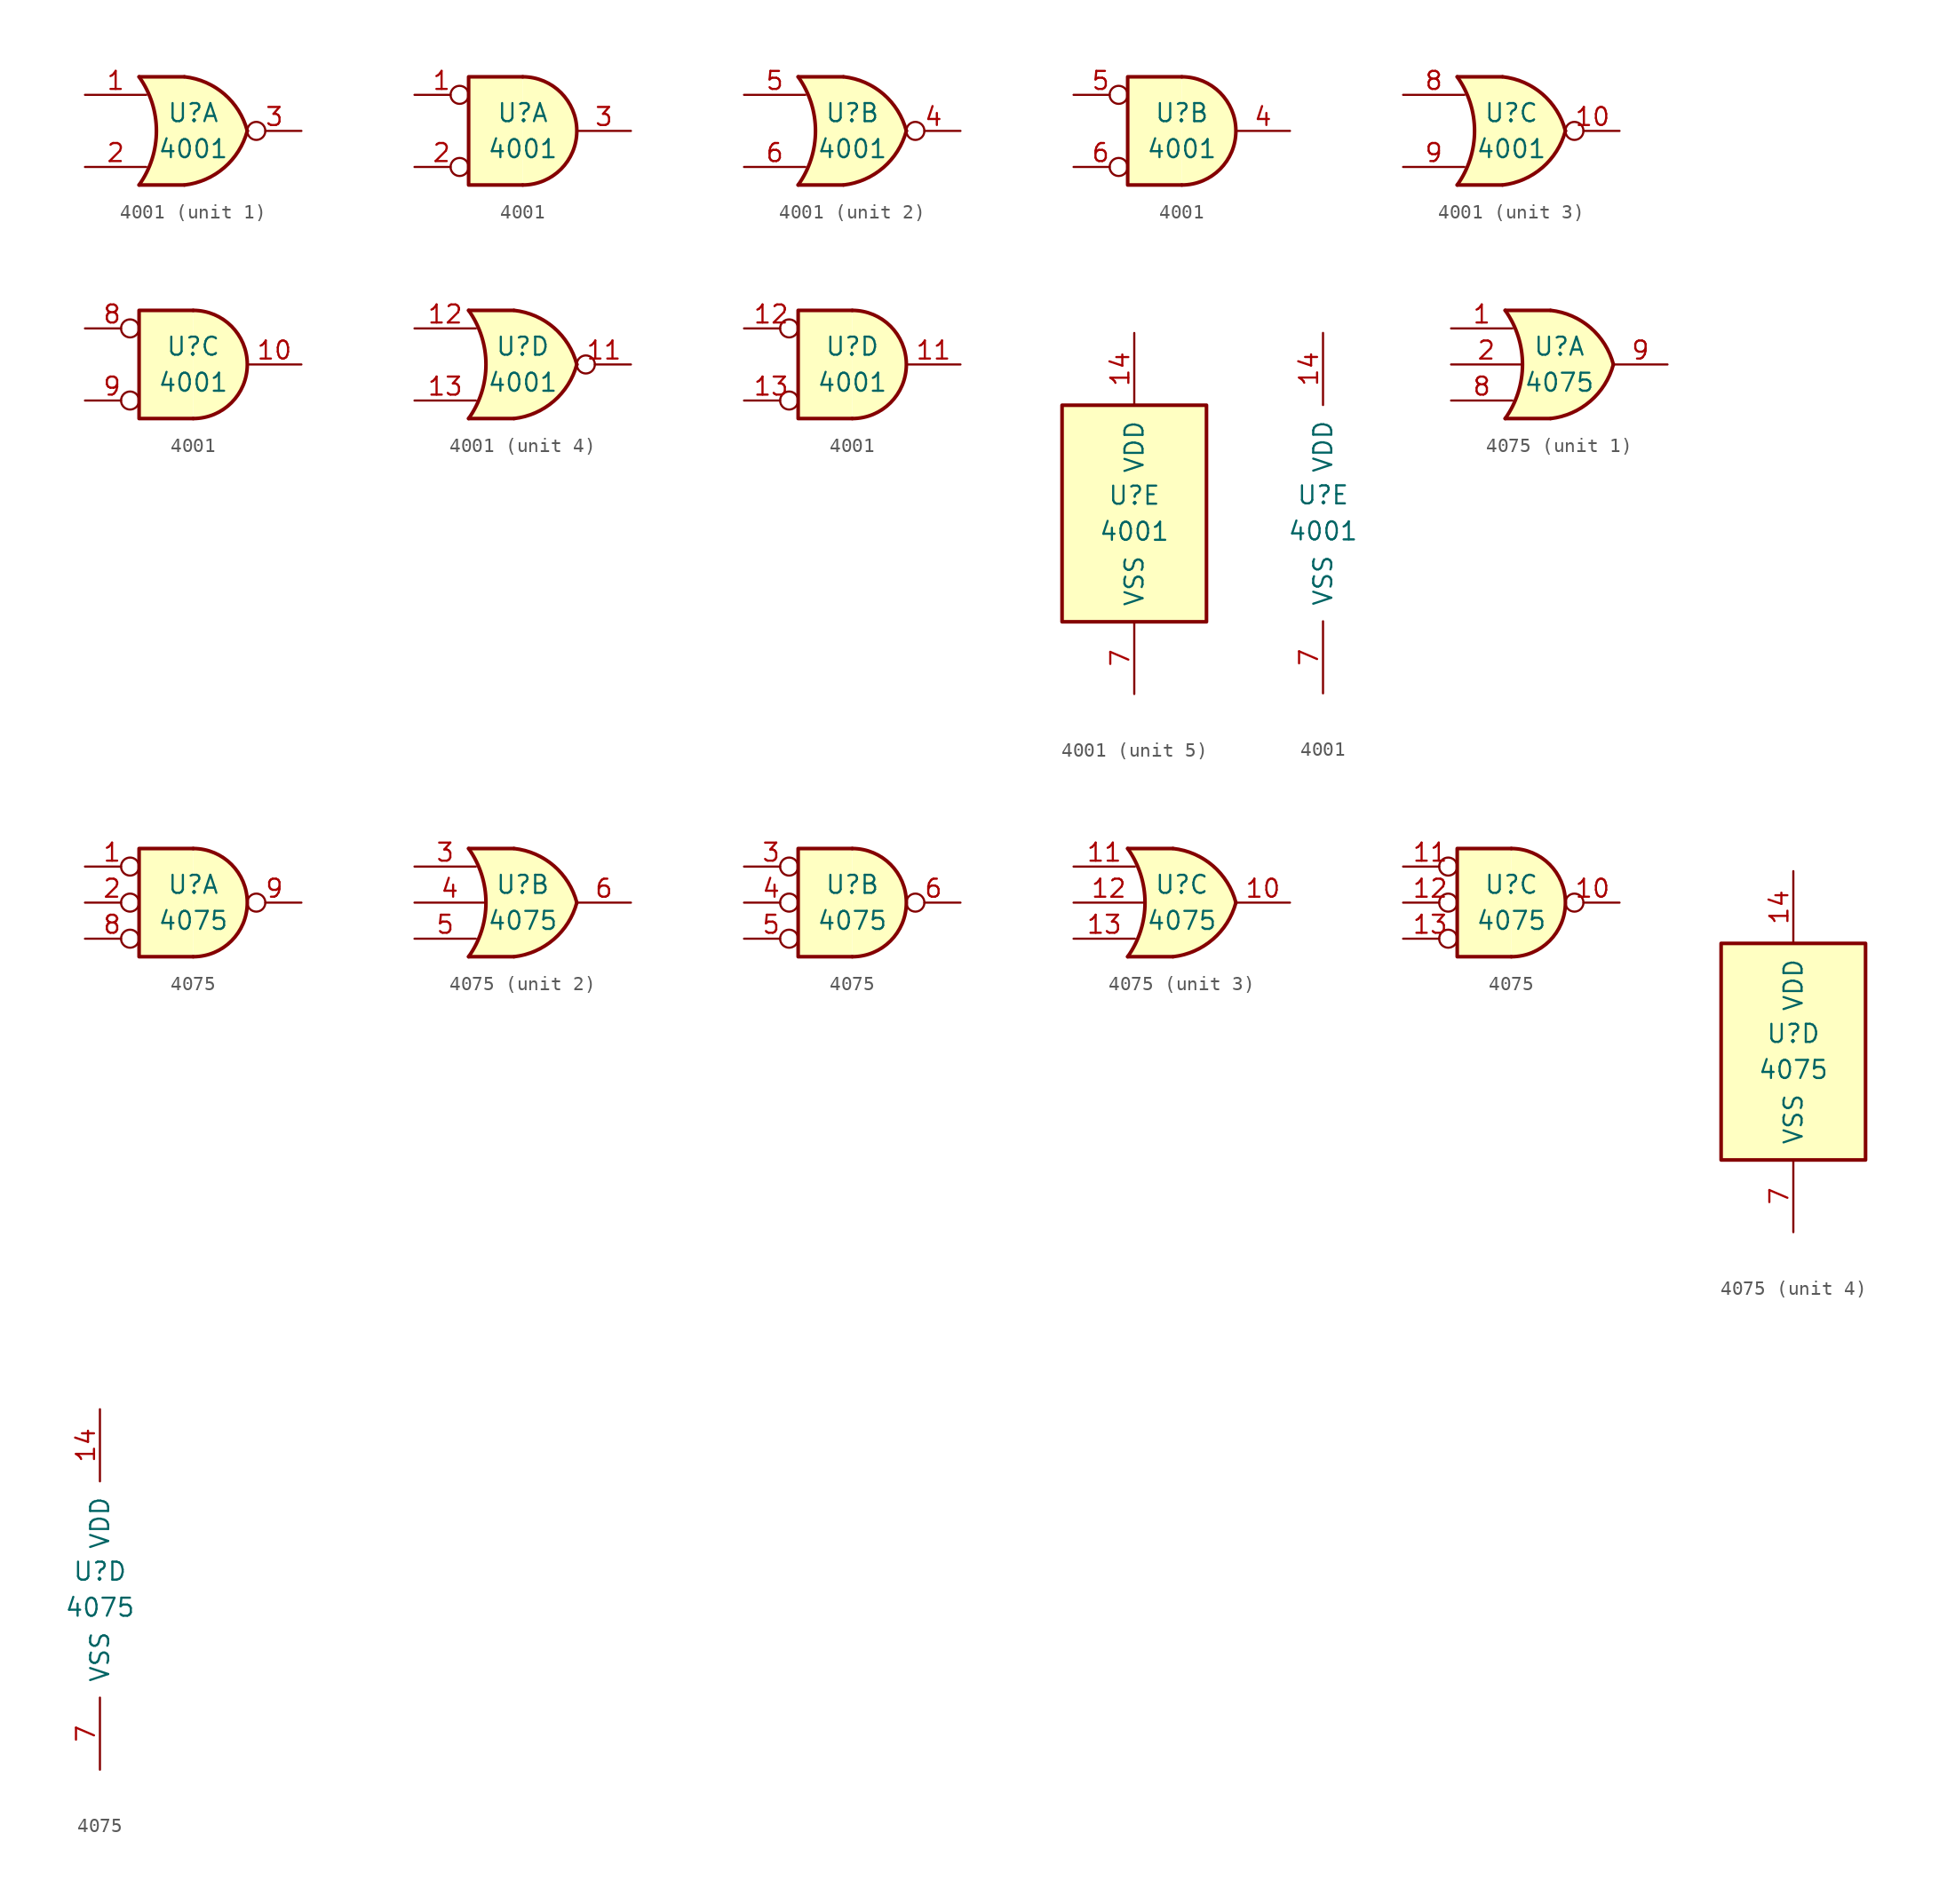
<source format=kicad_sym>
(kicad_symbol_lib
  (version 20211014)
  (generator kicad_symbol_editor)
  (symbol "4001"
    (pin_names
      (offset 1.016))
    (property "Reference" "U"
      (at 0 1.27 0)
      (effects (font (size 1.27 1.27))))
    (property "Value" "4001"
      (at 0 -1.27 0)
      (effects (font (size 1.27 1.27))))
    (property "ki_locked" ""
      (at 0 0 0)
      (effects (font (size 1.27 1.27))))
    (symbol "4001_1_1"
      (arc (start -3.81 -3.81) (mid -2.589 0) (end -3.81 3.81) (stroke (width 0.254) (type default) (color 0 0 0 0)) (fill (type none)))
      (arc (start -0.6096 -3.81) (mid 2.1855 -2.584) (end 3.81 0) (stroke (width 0.254) (type default) (color 0 0 0 0)) (fill (type background)))
      (polyline (pts (xy -3.81 -3.81) (xy -0.635 -3.81)) (stroke (width 0.254) (type default) (color 0 0 0 0)) (fill (type background)))
      (polyline (pts (xy -3.81 3.81) (xy -0.635 3.81)) (stroke (width 0.254) (type default) (color 0 0 0 0)) (fill (type background)))
      (polyline (pts (xy -0.635 3.81) (xy -3.81 3.81) (xy -3.81 3.81) (xy -3.556 3.404) (xy -3.023 2.261) (xy -2.692 1.041) (xy -2.616 -0.254) (xy -2.769 -1.499) (xy -3.175 -2.718) (xy -3.81 -3.81) (xy -3.81 -3.81) (xy -0.635 -3.81)) (stroke (width -25.4) (type default) (color 0 0 0 0)) (fill (type background)))
      (arc (start 3.81 0) (mid 2.1928 2.5925) (end -0.6096 3.81) (stroke (width 0.254) (type default) (color 0 0 0 0)) (fill (type background)))
      (pin input line (at -7.62 2.54 0) (length 4.318) (name "~" (effects (font (size 1.27 1.27)))) (number "1" (effects (font (size 1.27 1.27)))))
      (pin input line (at -7.62 -2.54 0) (length 4.318) (name "~" (effects (font (size 1.27 1.27)))) (number "2" (effects (font (size 1.27 1.27)))))
      (pin output inverted (at 7.62 0 180) (length 3.81) (name "~" (effects (font (size 1.27 1.27)))) (number "3" (effects (font (size 1.27 1.27))))))
    (symbol "4001_1_2"
      (arc (start 0 -3.81) (mid 3.81 0) (end 0 3.81) (stroke (width 0.254) (type default) (color 0 0 0 0)) (fill (type background)))
      (polyline (pts (xy 0 3.81) (xy -3.81 3.81) (xy -3.81 -3.81) (xy 0 -3.81)) (stroke (width 0.254) (type default) (color 0 0 0 0)) (fill (type background)))
      (pin input inverted (at -7.62 2.54 0) (length 3.81) (name "~" (effects (font (size 1.27 1.27)))) (number "1" (effects (font (size 1.27 1.27)))))
      (pin input inverted (at -7.62 -2.54 0) (length 3.81) (name "~" (effects (font (size 1.27 1.27)))) (number "2" (effects (font (size 1.27 1.27)))))
      (pin output line (at 7.62 0 180) (length 3.81) (name "~" (effects (font (size 1.27 1.27)))) (number "3" (effects (font (size 1.27 1.27))))))
    (symbol "4001_2_1"
      (arc (start -3.81 -3.81) (mid -2.589 0) (end -3.81 3.81) (stroke (width 0.254) (type default) (color 0 0 0 0)) (fill (type none)))
      (arc (start -0.6096 -3.81) (mid 2.1855 -2.584) (end 3.81 0) (stroke (width 0.254) (type default) (color 0 0 0 0)) (fill (type background)))
      (polyline (pts (xy -3.81 -3.81) (xy -0.635 -3.81)) (stroke (width 0.254) (type default) (color 0 0 0 0)) (fill (type background)))
      (polyline (pts (xy -3.81 3.81) (xy -0.635 3.81)) (stroke (width 0.254) (type default) (color 0 0 0 0)) (fill (type background)))
      (polyline (pts (xy -0.635 3.81) (xy -3.81 3.81) (xy -3.81 3.81) (xy -3.556 3.404) (xy -3.023 2.261) (xy -2.692 1.041) (xy -2.616 -0.254) (xy -2.769 -1.499) (xy -3.175 -2.718) (xy -3.81 -3.81) (xy -3.81 -3.81) (xy -0.635 -3.81)) (stroke (width -25.4) (type default) (color 0 0 0 0)) (fill (type background)))
      (arc (start 3.81 0) (mid 2.1928 2.5925) (end -0.6096 3.81) (stroke (width 0.254) (type default) (color 0 0 0 0)) (fill (type background)))
      (pin output inverted (at 7.62 0 180) (length 3.81) (name "~" (effects (font (size 1.27 1.27)))) (number "4" (effects (font (size 1.27 1.27)))))
      (pin input line (at -7.62 2.54 0) (length 4.318) (name "~" (effects (font (size 1.27 1.27)))) (number "5" (effects (font (size 1.27 1.27)))))
      (pin input line (at -7.62 -2.54 0) (length 4.318) (name "~" (effects (font (size 1.27 1.27)))) (number "6" (effects (font (size 1.27 1.27))))))
    (symbol "4001_2_2"
      (arc (start 0 -3.81) (mid 3.81 0) (end 0 3.81) (stroke (width 0.254) (type default) (color 0 0 0 0)) (fill (type background)))
      (polyline (pts (xy 0 3.81) (xy -3.81 3.81) (xy -3.81 -3.81) (xy 0 -3.81)) (stroke (width 0.254) (type default) (color 0 0 0 0)) (fill (type background)))
      (pin output line (at 7.62 0 180) (length 3.81) (name "~" (effects (font (size 1.27 1.27)))) (number "4" (effects (font (size 1.27 1.27)))))
      (pin input inverted (at -7.62 2.54 0) (length 3.81) (name "~" (effects (font (size 1.27 1.27)))) (number "5" (effects (font (size 1.27 1.27)))))
      (pin input inverted (at -7.62 -2.54 0) (length 3.81) (name "~" (effects (font (size 1.27 1.27)))) (number "6" (effects (font (size 1.27 1.27))))))
    (symbol "4001_3_1"
      (arc (start -3.81 -3.81) (mid -2.589 0) (end -3.81 3.81) (stroke (width 0.254) (type default) (color 0 0 0 0)) (fill (type none)))
      (arc (start -0.6096 -3.81) (mid 2.1855 -2.584) (end 3.81 0) (stroke (width 0.254) (type default) (color 0 0 0 0)) (fill (type background)))
      (polyline (pts (xy -3.81 -3.81) (xy -0.635 -3.81)) (stroke (width 0.254) (type default) (color 0 0 0 0)) (fill (type background)))
      (polyline (pts (xy -3.81 3.81) (xy -0.635 3.81)) (stroke (width 0.254) (type default) (color 0 0 0 0)) (fill (type background)))
      (polyline (pts (xy -0.635 3.81) (xy -3.81 3.81) (xy -3.81 3.81) (xy -3.556 3.404) (xy -3.023 2.261) (xy -2.692 1.041) (xy -2.616 -0.254) (xy -2.769 -1.499) (xy -3.175 -2.718) (xy -3.81 -3.81) (xy -3.81 -3.81) (xy -0.635 -3.81)) (stroke (width -25.4) (type default) (color 0 0 0 0)) (fill (type background)))
      (arc (start 3.81 0) (mid 2.1928 2.5925) (end -0.6096 3.81) (stroke (width 0.254) (type default) (color 0 0 0 0)) (fill (type background)))
      (pin output inverted (at 7.62 0 180) (length 3.81) (name "~" (effects (font (size 1.27 1.27)))) (number "10" (effects (font (size 1.27 1.27)))))
      (pin input line (at -7.62 2.54 0) (length 4.318) (name "~" (effects (font (size 1.27 1.27)))) (number "8" (effects (font (size 1.27 1.27)))))
      (pin input line (at -7.62 -2.54 0) (length 4.318) (name "~" (effects (font (size 1.27 1.27)))) (number "9" (effects (font (size 1.27 1.27))))))
    (symbol "4001_3_2"
      (arc (start 0 -3.81) (mid 3.81 0) (end 0 3.81) (stroke (width 0.254) (type default) (color 0 0 0 0)) (fill (type background)))
      (polyline (pts (xy 0 3.81) (xy -3.81 3.81) (xy -3.81 -3.81) (xy 0 -3.81)) (stroke (width 0.254) (type default) (color 0 0 0 0)) (fill (type background)))
      (pin output line (at 7.62 0 180) (length 3.81) (name "~" (effects (font (size 1.27 1.27)))) (number "10" (effects (font (size 1.27 1.27)))))
      (pin input inverted (at -7.62 2.54 0) (length 3.81) (name "~" (effects (font (size 1.27 1.27)))) (number "8" (effects (font (size 1.27 1.27)))))
      (pin input inverted (at -7.62 -2.54 0) (length 3.81) (name "~" (effects (font (size 1.27 1.27)))) (number "9" (effects (font (size 1.27 1.27))))))
    (symbol "4001_4_1"
      (arc (start -3.81 -3.81) (mid -2.589 0) (end -3.81 3.81) (stroke (width 0.254) (type default) (color 0 0 0 0)) (fill (type none)))
      (arc (start -0.6096 -3.81) (mid 2.1855 -2.584) (end 3.81 0) (stroke (width 0.254) (type default) (color 0 0 0 0)) (fill (type background)))
      (polyline (pts (xy -3.81 -3.81) (xy -0.635 -3.81)) (stroke (width 0.254) (type default) (color 0 0 0 0)) (fill (type background)))
      (polyline (pts (xy -3.81 3.81) (xy -0.635 3.81)) (stroke (width 0.254) (type default) (color 0 0 0 0)) (fill (type background)))
      (polyline (pts (xy -0.635 3.81) (xy -3.81 3.81) (xy -3.81 3.81) (xy -3.556 3.404) (xy -3.023 2.261) (xy -2.692 1.041) (xy -2.616 -0.254) (xy -2.769 -1.499) (xy -3.175 -2.718) (xy -3.81 -3.81) (xy -3.81 -3.81) (xy -0.635 -3.81)) (stroke (width -25.4) (type default) (color 0 0 0 0)) (fill (type background)))
      (arc (start 3.81 0) (mid 2.1928 2.5925) (end -0.6096 3.81) (stroke (width 0.254) (type default) (color 0 0 0 0)) (fill (type background)))
      (pin output inverted (at 7.62 0 180) (length 3.81) (name "~" (effects (font (size 1.27 1.27)))) (number "11" (effects (font (size 1.27 1.27)))))
      (pin input line (at -7.62 2.54 0) (length 4.318) (name "~" (effects (font (size 1.27 1.27)))) (number "12" (effects (font (size 1.27 1.27)))))
      (pin input line (at -7.62 -2.54 0) (length 4.318) (name "~" (effects (font (size 1.27 1.27)))) (number "13" (effects (font (size 1.27 1.27))))))
    (symbol "4001_4_2"
      (arc (start 0 -3.81) (mid 3.81 0) (end 0 3.81) (stroke (width 0.254) (type default) (color 0 0 0 0)) (fill (type background)))
      (polyline (pts (xy 0 3.81) (xy -3.81 3.81) (xy -3.81 -3.81) (xy 0 -3.81)) (stroke (width 0.254) (type default) (color 0 0 0 0)) (fill (type background)))
      (pin output line (at 7.62 0 180) (length 3.81) (name "~" (effects (font (size 1.27 1.27)))) (number "11" (effects (font (size 1.27 1.27)))))
      (pin input inverted (at -7.62 2.54 0) (length 3.81) (name "~" (effects (font (size 1.27 1.27)))) (number "12" (effects (font (size 1.27 1.27)))))
      (pin input inverted (at -7.62 -2.54 0) (length 3.81) (name "~" (effects (font (size 1.27 1.27)))) (number "13" (effects (font (size 1.27 1.27))))))
    (symbol "4001_5_0"
      (pin power_in line (at 0 12.7 270) (length 5.08) (name "VDD" (effects (font (size 1.27 1.27)))) (number "14" (effects (font (size 1.27 1.27)))))
      (pin power_in line (at 0 -12.7 90) (length 5.08) (name "VSS" (effects (font (size 1.27 1.27)))) (number "7" (effects (font (size 1.27 1.27))))))
    (symbol "4001_5_1"
      (rectangle (start -5.08 7.62) (end 5.08 -7.62) (stroke (width 0.254) (type default) (color 0 0 0 0)) (fill (type background)))))
  (symbol "4075"
    (pin_names
      (offset 1.016))
    (property "Reference" "U"
      (at 0 1.27 0)
      (effects (font (size 1.27 1.27))))
    (property "Value" "4075"
      (at 0 -1.27 0)
      (effects (font (size 1.27 1.27))))
    (property "ki_locked" ""
      (at 0 0 0)
      (effects (font (size 1.27 1.27))))
    (symbol "4075_1_1"
      (arc (start -3.81 -3.81) (mid -2.589 0) (end -3.81 3.81) (stroke (width 0.254) (type default) (color 0 0 0 0)) (fill (type none)))
      (arc (start -0.6096 -3.81) (mid 2.1855 -2.584) (end 3.81 0) (stroke (width 0.254) (type default) (color 0 0 0 0)) (fill (type background)))
      (polyline (pts (xy -3.81 -3.81) (xy -0.635 -3.81)) (stroke (width 0.254) (type default) (color 0 0 0 0)) (fill (type background)))
      (polyline (pts (xy -3.81 3.81) (xy -0.635 3.81)) (stroke (width 0.254) (type default) (color 0 0 0 0)) (fill (type background)))
      (polyline (pts (xy -0.635 3.81) (xy -3.81 3.81) (xy -3.81 3.81) (xy -3.556 3.404) (xy -3.023 2.261) (xy -2.692 1.041) (xy -2.616 -0.254) (xy -2.769 -1.499) (xy -3.175 -2.718) (xy -3.81 -3.81) (xy -3.81 -3.81) (xy -0.635 -3.81)) (stroke (width -25.4) (type default) (color 0 0 0 0)) (fill (type background)))
      (arc (start 3.81 0) (mid 2.1928 2.5925) (end -0.6096 3.81) (stroke (width 0.254) (type default) (color 0 0 0 0)) (fill (type background)))
      (pin input line (at -7.62 2.54 0) (length 4.318) (name "~" (effects (font (size 1.27 1.27)))) (number "1" (effects (font (size 1.27 1.27)))))
      (pin input line (at -7.62 0 0) (length 4.953) (name "~" (effects (font (size 1.27 1.27)))) (number "2" (effects (font (size 1.27 1.27)))))
      (pin input line (at -7.62 -2.54 0) (length 4.318) (name "~" (effects (font (size 1.27 1.27)))) (number "8" (effects (font (size 1.27 1.27)))))
      (pin output line (at 7.62 0 180) (length 3.81) (name "~" (effects (font (size 1.27 1.27)))) (number "9" (effects (font (size 1.27 1.27))))))
    (symbol "4075_1_2"
      (arc (start 0 -3.81) (mid 3.81 0) (end 0 3.81) (stroke (width 0.254) (type default) (color 0 0 0 0)) (fill (type background)))
      (polyline (pts (xy 0 3.81) (xy -3.81 3.81) (xy -3.81 -3.81) (xy 0 -3.81)) (stroke (width 0.254) (type default) (color 0 0 0 0)) (fill (type background)))
      (pin input inverted (at -7.62 2.54 0) (length 3.81) (name "~" (effects (font (size 1.27 1.27)))) (number "1" (effects (font (size 1.27 1.27)))))
      (pin input inverted (at -7.62 0 0) (length 3.81) (name "~" (effects (font (size 1.27 1.27)))) (number "2" (effects (font (size 1.27 1.27)))))
      (pin input inverted (at -7.62 -2.54 0) (length 3.81) (name "~" (effects (font (size 1.27 1.27)))) (number "8" (effects (font (size 1.27 1.27)))))
      (pin output inverted (at 7.62 0 180) (length 3.81) (name "~" (effects (font (size 1.27 1.27)))) (number "9" (effects (font (size 1.27 1.27))))))
    (symbol "4075_2_1"
      (arc (start -3.81 -3.81) (mid -2.589 0) (end -3.81 3.81) (stroke (width 0.254) (type default) (color 0 0 0 0)) (fill (type none)))
      (arc (start -0.6096 -3.81) (mid 2.1855 -2.584) (end 3.81 0) (stroke (width 0.254) (type default) (color 0 0 0 0)) (fill (type background)))
      (polyline (pts (xy -3.81 -3.81) (xy -0.635 -3.81)) (stroke (width 0.254) (type default) (color 0 0 0 0)) (fill (type background)))
      (polyline (pts (xy -3.81 3.81) (xy -0.635 3.81)) (stroke (width 0.254) (type default) (color 0 0 0 0)) (fill (type background)))
      (polyline (pts (xy -0.635 3.81) (xy -3.81 3.81) (xy -3.81 3.81) (xy -3.556 3.404) (xy -3.023 2.261) (xy -2.692 1.041) (xy -2.616 -0.254) (xy -2.769 -1.499) (xy -3.175 -2.718) (xy -3.81 -3.81) (xy -3.81 -3.81) (xy -0.635 -3.81)) (stroke (width -25.4) (type default) (color 0 0 0 0)) (fill (type background)))
      (arc (start 3.81 0) (mid 2.1928 2.5925) (end -0.6096 3.81) (stroke (width 0.254) (type default) (color 0 0 0 0)) (fill (type background)))
      (pin input line (at -7.62 2.54 0) (length 4.318) (name "~" (effects (font (size 1.27 1.27)))) (number "3" (effects (font (size 1.27 1.27)))))
      (pin input line (at -7.62 0 0) (length 4.953) (name "~" (effects (font (size 1.27 1.27)))) (number "4" (effects (font (size 1.27 1.27)))))
      (pin input line (at -7.62 -2.54 0) (length 4.318) (name "~" (effects (font (size 1.27 1.27)))) (number "5" (effects (font (size 1.27 1.27)))))
      (pin output line (at 7.62 0 180) (length 3.81) (name "~" (effects (font (size 1.27 1.27)))) (number "6" (effects (font (size 1.27 1.27))))))
    (symbol "4075_2_2"
      (arc (start 0 -3.81) (mid 3.81 0) (end 0 3.81) (stroke (width 0.254) (type default) (color 0 0 0 0)) (fill (type background)))
      (polyline (pts (xy 0 3.81) (xy -3.81 3.81) (xy -3.81 -3.81) (xy 0 -3.81)) (stroke (width 0.254) (type default) (color 0 0 0 0)) (fill (type background)))
      (pin input inverted (at -7.62 2.54 0) (length 3.81) (name "~" (effects (font (size 1.27 1.27)))) (number "3" (effects (font (size 1.27 1.27)))))
      (pin input inverted (at -7.62 0 0) (length 3.81) (name "~" (effects (font (size 1.27 1.27)))) (number "4" (effects (font (size 1.27 1.27)))))
      (pin input inverted (at -7.62 -2.54 0) (length 3.81) (name "~" (effects (font (size 1.27 1.27)))) (number "5" (effects (font (size 1.27 1.27)))))
      (pin output inverted (at 7.62 0 180) (length 3.81) (name "~" (effects (font (size 1.27 1.27)))) (number "6" (effects (font (size 1.27 1.27))))))
    (symbol "4075_3_1"
      (arc (start -3.81 -3.81) (mid -2.589 0) (end -3.81 3.81) (stroke (width 0.254) (type default) (color 0 0 0 0)) (fill (type none)))
      (arc (start -0.6096 -3.81) (mid 2.1855 -2.584) (end 3.81 0) (stroke (width 0.254) (type default) (color 0 0 0 0)) (fill (type background)))
      (polyline (pts (xy -3.81 -3.81) (xy -0.635 -3.81)) (stroke (width 0.254) (type default) (color 0 0 0 0)) (fill (type background)))
      (polyline (pts (xy -3.81 3.81) (xy -0.635 3.81)) (stroke (width 0.254) (type default) (color 0 0 0 0)) (fill (type background)))
      (polyline (pts (xy -0.635 3.81) (xy -3.81 3.81) (xy -3.81 3.81) (xy -3.556 3.404) (xy -3.023 2.261) (xy -2.692 1.041) (xy -2.616 -0.254) (xy -2.769 -1.499) (xy -3.175 -2.718) (xy -3.81 -3.81) (xy -3.81 -3.81) (xy -0.635 -3.81)) (stroke (width -25.4) (type default) (color 0 0 0 0)) (fill (type background)))
      (arc (start 3.81 0) (mid 2.1928 2.5925) (end -0.6096 3.81) (stroke (width 0.254) (type default) (color 0 0 0 0)) (fill (type background)))
      (pin output line (at 7.62 0 180) (length 3.81) (name "~" (effects (font (size 1.27 1.27)))) (number "10" (effects (font (size 1.27 1.27)))))
      (pin input line (at -7.62 2.54 0) (length 4.318) (name "~" (effects (font (size 1.27 1.27)))) (number "11" (effects (font (size 1.27 1.27)))))
      (pin input line (at -7.62 0 0) (length 4.953) (name "~" (effects (font (size 1.27 1.27)))) (number "12" (effects (font (size 1.27 1.27)))))
      (pin input line (at -7.62 -2.54 0) (length 4.318) (name "~" (effects (font (size 1.27 1.27)))) (number "13" (effects (font (size 1.27 1.27))))))
    (symbol "4075_3_2"
      (arc (start 0 -3.81) (mid 3.81 0) (end 0 3.81) (stroke (width 0.254) (type default) (color 0 0 0 0)) (fill (type background)))
      (polyline (pts (xy 0 3.81) (xy -3.81 3.81) (xy -3.81 -3.81) (xy 0 -3.81)) (stroke (width 0.254) (type default) (color 0 0 0 0)) (fill (type background)))
      (pin output inverted (at 7.62 0 180) (length 3.81) (name "~" (effects (font (size 1.27 1.27)))) (number "10" (effects (font (size 1.27 1.27)))))
      (pin input inverted (at -7.62 2.54 0) (length 3.81) (name "~" (effects (font (size 1.27 1.27)))) (number "11" (effects (font (size 1.27 1.27)))))
      (pin input inverted (at -7.62 0 0) (length 3.81) (name "~" (effects (font (size 1.27 1.27)))) (number "12" (effects (font (size 1.27 1.27)))))
      (pin input inverted (at -7.62 -2.54 0) (length 3.81) (name "~" (effects (font (size 1.27 1.27)))) (number "13" (effects (font (size 1.27 1.27))))))
    (symbol "4075_4_0"
      (pin power_in line (at 0 12.7 270) (length 5.08) (name "VDD" (effects (font (size 1.27 1.27)))) (number "14" (effects (font (size 1.27 1.27)))))
      (pin power_in line (at 0 -12.7 90) (length 5.08) (name "VSS" (effects (font (size 1.27 1.27)))) (number "7" (effects (font (size 1.27 1.27))))))
    (symbol "4075_4_1"
      (rectangle (start -5.08 7.62) (end 5.08 -7.62) (stroke (width 0.254) (type default) (color 0 0 0 0)) (fill (type background))))))
</source>
